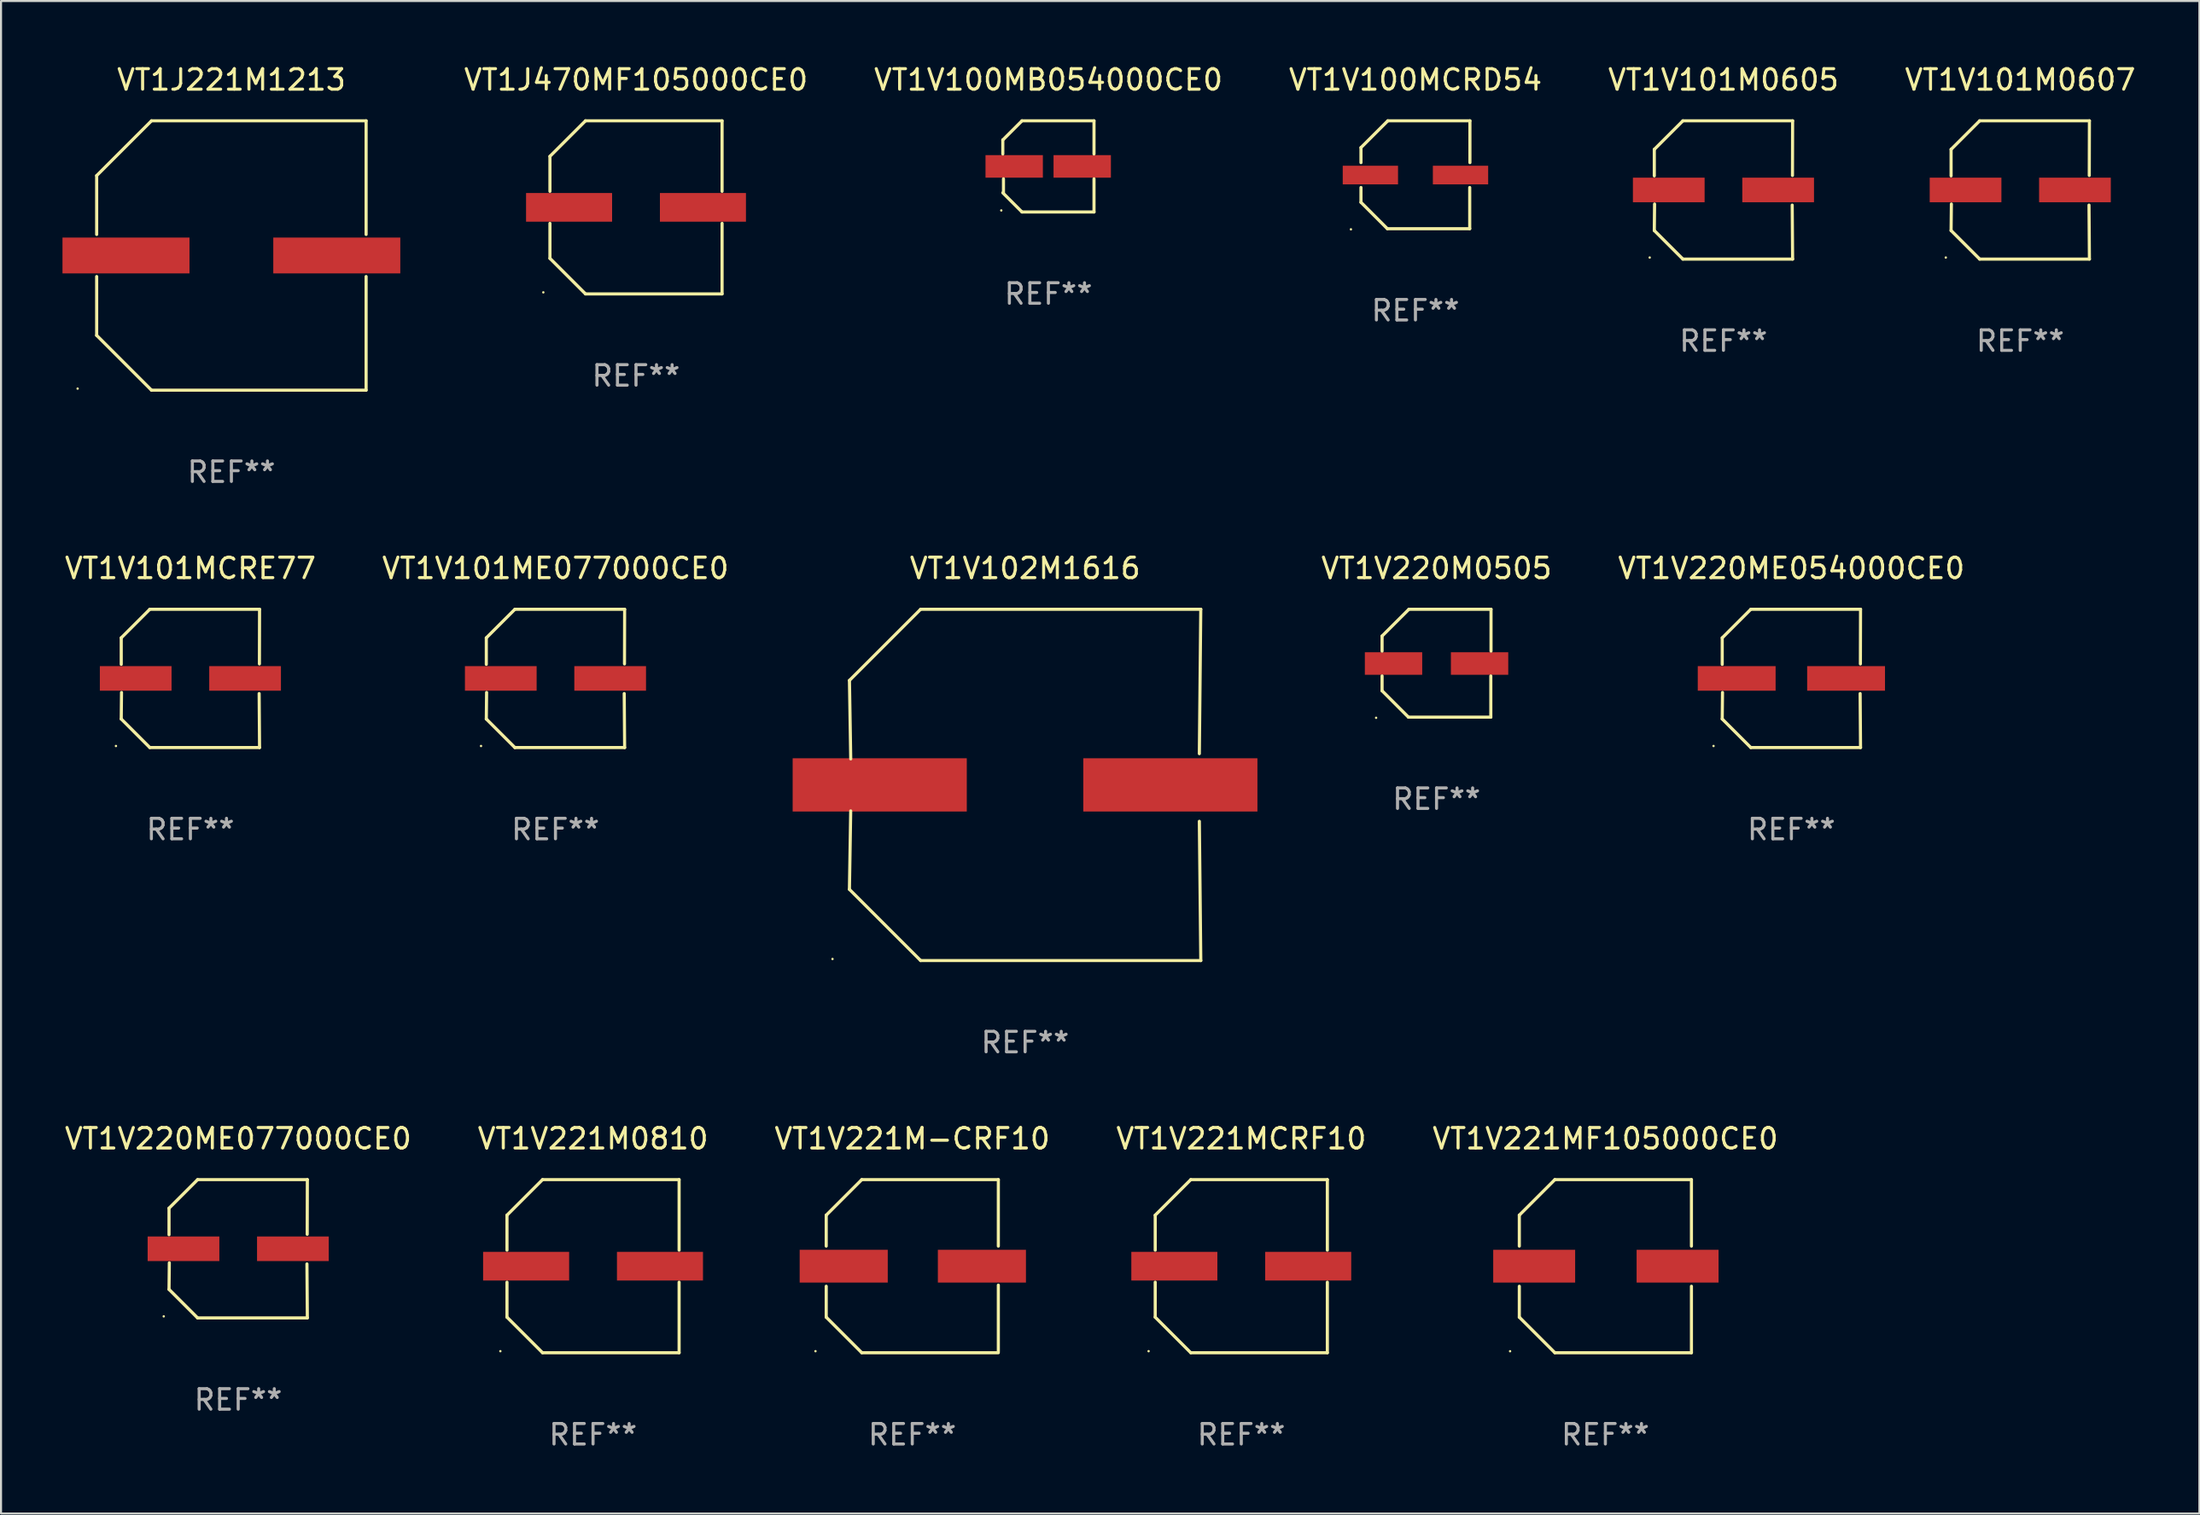
<source format=kicad_pcb>
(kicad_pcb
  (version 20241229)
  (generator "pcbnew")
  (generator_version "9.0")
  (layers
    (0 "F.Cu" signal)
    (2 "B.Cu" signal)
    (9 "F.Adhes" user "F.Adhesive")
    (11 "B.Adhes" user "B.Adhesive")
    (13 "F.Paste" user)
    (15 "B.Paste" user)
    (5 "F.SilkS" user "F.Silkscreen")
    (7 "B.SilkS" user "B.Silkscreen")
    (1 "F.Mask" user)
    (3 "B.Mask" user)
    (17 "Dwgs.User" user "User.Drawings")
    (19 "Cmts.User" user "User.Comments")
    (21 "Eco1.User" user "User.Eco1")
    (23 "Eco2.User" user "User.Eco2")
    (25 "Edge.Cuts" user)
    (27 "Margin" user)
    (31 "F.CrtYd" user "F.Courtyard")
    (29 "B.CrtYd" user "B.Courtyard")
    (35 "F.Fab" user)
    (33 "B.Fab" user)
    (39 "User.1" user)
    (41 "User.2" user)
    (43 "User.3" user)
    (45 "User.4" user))
  (footprint "VT1V220ME054000CE0"
    (layer "F.Cu")
    (at 84.395 30.073)
    (property "Reference" "VT1V220ME054000CE0" (at 0 -5.376 0) (layer "F.SilkS") (effects (font (size 1 1) (thickness 0.15))))
    (attr through_hole)
    (fp_line (start -3.376 -1.98) (end -3.376 -0.686) (stroke (width 0.152) (type solid)) (layer "F.SilkS"))
    (fp_line (start -3.376 1.981) (end -3.362 0.686) (stroke (width 0.152) (type solid)) (layer "F.SilkS"))
    (fp_line (start -1.981 3.376) (end -3.376 1.981) (stroke (width 0.152) (type solid)) (layer "F.SilkS"))
    (fp_line (start -1.98 -3.376) (end -3.376 -1.98) (stroke (width 0.152) (type solid)) (layer "F.SilkS"))
    (fp_line (start 3.356 0.74) (end 3.376 3.376) (stroke (width 0.152) (type solid)) (layer "F.SilkS"))
    (fp_line (start 3.369 -0.707) (end 3.376 -3.376) (stroke (width 0.152) (type solid)) (layer "F.SilkS"))
    (fp_line (start 3.376 3.376) (end -1.981 3.376) (stroke (width 0.152) (type solid)) (layer "F.SilkS"))
    (fp_line (start 3.376 -3.376) (end -1.98 -3.376) (stroke (width 0.152) (type solid)) (layer "F.SilkS"))
    (fp_circle (center -3.8 3.3) (end -3.77 3.3) (stroke (width 0.06) (type solid)) (fill no) (layer "F.SilkS"))
    (fp_text user "REF**" (at 0 7.376 0) (layer "F.Fab") (effects (font (size 1 1) (thickness 0.15))))
    (pad "1" smd rect (at -2.67 0.000254) (size 3.8 1.2) (layers "F.Cu" "F.Mask" "F.Paste"))
    (pad "2" smd rect (at 2.67 0.000254) (size 3.8 1.2) (layers "F.Cu" "F.Mask" "F.Paste")))
  (footprint "VT1V221M-CRF10"
    (layer "F.Cu")
    (at 41.482 58.771)
    (property "Reference" "VT1V221M-CRF10" (at 0 -6.226 0) (layer "F.SilkS") (effects (font (size 1 1) (thickness 0.15))))
    (attr through_hole)
    (fp_line (start -4.201 -0.98) (end -4.201 -2.49) (stroke (width 0.152) (type solid)) (layer "F.SilkS"))
    (fp_line (start -4.201 2.49) (end -4.201 0.98) (stroke (width 0.152) (type solid)) (layer "F.SilkS"))
    (fp_line (start -2.465 -4.226) (end -4.201 -2.49) (stroke (width 0.152) (type solid)) (layer "F.SilkS"))
    (fp_line (start -2.465 4.226) (end -4.201 2.49) (stroke (width 0.152) (type solid)) (layer "F.SilkS"))
    (fp_line (start 4.201 -4.226) (end -2.465 -4.226) (stroke (width 0.152) (type solid)) (layer "F.SilkS"))
    (fp_line (start 4.201 -4.226) (end 4.201 -0.98) (stroke (width 0.152) (type solid)) (layer "F.SilkS"))
    (fp_line (start 4.201 0.926) (end 4.201 4.172) (stroke (width 0.152) (type solid)) (layer "F.SilkS"))
    (fp_line (start 4.201 4.226) (end -2.465 4.226) (stroke (width 0.152) (type solid)) (layer "F.SilkS"))
    (fp_circle (center -4.725 4.15) (end -4.695 4.15) (stroke (width 0.06) (type solid)) (fill no) (layer "F.SilkS"))
    (fp_text user "REF**" (at 0 8.226 0) (layer "F.Fab") (effects (font (size 1 1) (thickness 0.15))))
    (pad "1" smd rect (at -3.347 0) (size 4.3 1.6) (layers "F.Cu" "F.Mask" "F.Paste"))
    (pad "2" smd rect (at 3.399 0) (size 4.3 1.6) (layers "F.Cu" "F.Mask" "F.Paste")))
  (footprint "VT1J470MF105000CE0"
    (layer "F.Cu")
    (at 27.996 7.074)
    (property "Reference" "VT1J470MF105000CE0" (at 0 -6.226 0) (layer "F.SilkS") (effects (font (size 1 1) (thickness 0.15))))
    (attr through_hole)
    (fp_line (start -4.201 -2.49) (end -4.201 -0.782) (stroke (width 0.152) (type solid)) (layer "F.SilkS"))
    (fp_line (start -4.201 2.49) (end -4.201 0.782) (stroke (width 0.152) (type solid)) (layer "F.SilkS"))
    (fp_line (start -2.465 -4.226) (end -4.201 -2.49) (stroke (width 0.152) (type solid)) (layer "F.SilkS"))
    (fp_line (start -2.465 4.226) (end -4.201 2.49) (stroke (width 0.152) (type solid)) (layer "F.SilkS"))
    (fp_line (start 4.201 -4.226) (end -2.465 -4.226) (stroke (width 0.152) (type solid)) (layer "F.SilkS"))
    (fp_line (start 4.201 -0.782) (end 4.201 -4.226) (stroke (width 0.152) (type solid)) (layer "F.SilkS"))
    (fp_line (start 4.201 0.782) (end 4.201 4.226) (stroke (width 0.152) (type solid)) (layer "F.SilkS"))
    (fp_line (start 4.201 4.226) (end -2.465 4.226) (stroke (width 0.152) (type solid)) (layer "F.SilkS"))
    (fp_circle (center -4.524 4.15) (end -4.494 4.15) (stroke (width 0.06) (type solid)) (fill no) (layer "F.SilkS"))
    (fp_text user "REF**" (at 0 8.226 0) (layer "F.Fab") (effects (font (size 1 1) (thickness 0.15))))
    (pad "1" smd rect (at -3.267 0) (size 4.2 1.4) (layers "F.Cu" "F.Mask" "F.Paste"))
    (pad "2" smd rect (at 3.267 0) (size 4.2 1.4) (layers "F.Cu" "F.Mask" "F.Paste")))
  (footprint "VT1V102M1616"
    (layer "F.Cu")
    (at 46.99 35.273)
    (property "Reference" "VT1V102M1616" (at 0 -10.576 0) (layer "F.SilkS") (effects (font (size 1 1) (thickness 0.15))))
    (attr through_hole)
    (fp_line (start -8.576 5.099) (end -8.513 1.269) (stroke (width 0.152) (type solid)) (layer "F.SilkS"))
    (fp_line (start -8.575 -5.101) (end -8.512 -1.271) (stroke (width 0.152) (type solid)) (layer "F.SilkS"))
    (fp_line (start -5.1 -8.576) (end -8.575 -5.101) (stroke (width 0.152) (type solid)) (layer "F.SilkS"))
    (fp_line (start -5.1 8.576) (end -8.576 5.099) (stroke (width 0.152) (type solid)) (layer "F.SilkS"))
    (fp_line (start 8.505 -1.525) (end 8.575 -8.576) (stroke (width 0.152) (type solid)) (layer "F.SilkS"))
    (fp_line (start 8.505 1.777) (end 8.576 8.576) (stroke (width 0.152) (type solid)) (layer "F.SilkS"))
    (fp_line (start 8.575 -8.576) (end -5.1 -8.576) (stroke (width 0.152) (type solid)) (layer "F.SilkS"))
    (fp_line (start 8.576 8.576) (end -5.1 8.576) (stroke (width 0.152) (type solid)) (layer "F.SilkS"))
    (fp_circle (center -9.402 8.499) (end -9.372 8.499) (stroke (width 0.06) (type solid)) (fill no) (layer "F.SilkS"))
    (fp_text user "REF**" (at 0 12.576 0) (layer "F.Fab") (effects (font (size 1 1) (thickness 0.15))))
    (pad "1" smd rect (at -7.097 -0.001) (size 8.5 2.6) (layers "F.Cu" "F.Mask" "F.Paste"))
    (pad "2" smd rect (at 7.09 -0.001) (size 8.5 2.6) (layers "F.Cu" "F.Mask" "F.Paste")))
  (footprint "VT1V101MCRE77"
    (layer "F.Cu")
    (at 6.244 30.073)
    (property "Reference" "VT1V101MCRE77" (at 0 -5.376 0) (layer "F.SilkS") (effects (font (size 1 1) (thickness 0.15))))
    (attr through_hole)
    (fp_line (start -3.376 -1.98) (end -3.376 -0.686) (stroke (width 0.152) (type solid)) (layer "F.SilkS"))
    (fp_line (start -3.376 1.981) (end -3.362 0.686) (stroke (width 0.152) (type solid)) (layer "F.SilkS"))
    (fp_line (start -1.981 3.376) (end -3.376 1.981) (stroke (width 0.152) (type solid)) (layer "F.SilkS"))
    (fp_line (start -1.98 -3.376) (end -3.376 -1.98) (stroke (width 0.152) (type solid)) (layer "F.SilkS"))
    (fp_line (start 3.356 0.74) (end 3.376 3.376) (stroke (width 0.152) (type solid)) (layer "F.SilkS"))
    (fp_line (start 3.369 -0.707) (end 3.376 -3.376) (stroke (width 0.152) (type solid)) (layer "F.SilkS"))
    (fp_line (start 3.376 3.376) (end -1.981 3.376) (stroke (width 0.152) (type solid)) (layer "F.SilkS"))
    (fp_line (start 3.376 -3.376) (end -1.98 -3.376) (stroke (width 0.152) (type solid)) (layer "F.SilkS"))
    (fp_circle (center -3.634 3.3) (end -3.604 3.3) (stroke (width 0.06) (type solid)) (fill no) (layer "F.SilkS"))
    (fp_text user "REF**" (at 0 7.376 0) (layer "F.Fab") (effects (font (size 1 1) (thickness 0.15))))
    (pad "1" smd rect (at -2.67 0.000254) (size 3.5 1.2) (layers "F.Cu" "F.Mask" "F.Paste"))
    (pad "2" smd rect (at 2.67 0.000254) (size 3.5 1.2) (layers "F.Cu" "F.Mask" "F.Paste")))
  (footprint "VT1V220M0505"
    (layer "F.Cu")
    (at 67.074 29.331)
    (property "Reference" "VT1V220M0505" (at 0 -4.634 0) (layer "F.SilkS") (effects (font (size 1 1) (thickness 0.15))))
    (attr through_hole)
    (fp_line (start -2.659 -1.326) (end -2.659 -0.592) (stroke (width 0.152) (type solid)) (layer "F.SilkS"))
    (fp_line (start -2.659 1.346) (end -2.659 0.622) (stroke (width 0.152) (type solid)) (layer "F.SilkS"))
    (fp_line (start -1.372 2.634) (end -2.659 1.346) (stroke (width 0.152) (type solid)) (layer "F.SilkS"))
    (fp_line (start -1.349 -2.634) (end -2.659 -1.326) (stroke (width 0.152) (type solid)) (layer "F.SilkS"))
    (fp_line (start 2.649 0.622) (end 2.649 2.634) (stroke (width 0.152) (type solid)) (layer "F.SilkS"))
    (fp_line (start 2.649 2.634) (end -1.372 2.634) (stroke (width 0.152) (type solid)) (layer "F.SilkS"))
    (fp_line (start 2.659 -2.634) (end -1.349 -2.634) (stroke (width 0.152) (type solid)) (layer "F.SilkS"))
    (fp_line (start 2.659 -0.592) (end 2.659 -2.634) (stroke (width 0.152) (type solid)) (layer "F.SilkS"))
    (fp_circle (center -2.95 2.665) (end -2.92 2.665) (stroke (width 0.06) (type solid)) (fill no) (layer "F.SilkS"))
    (fp_text user "REF**" (at 0 6.634 0) (layer "F.Fab") (effects (font (size 1 1) (thickness 0.15))))
    (pad "1" smd rect (at -2.1 0.015) (size 2.8 1.1) (layers "F.Cu" "F.Mask" "F.Paste"))
    (pad "2" smd rect (at 2.1 0.015) (size 2.8 1.1) (layers "F.Cu" "F.Mask" "F.Paste")))
  (footprint "VT1V100MB054000CE0"
    (layer "F.Cu")
    (at 48.127 5.074)
    (property "Reference" "VT1V100MB054000CE0" (at 0 -4.226 0) (layer "F.SilkS") (effects (font (size 1 1) (thickness 0.15))))
    (attr through_hole)
    (fp_line (start -2.226 -1.29) (end -2.226 -0.607) (stroke (width 0.152) (type solid)) (layer "F.SilkS"))
    (fp_line (start -2.193 1.29) (end -2.193 0.607) (stroke (width 0.152) (type solid)) (layer "F.SilkS"))
    (fp_line (start -1.29 2.226) (end -2.226 1.29) (stroke (width 0.152) (type solid)) (layer "F.SilkS"))
    (fp_line (start -1.29 -2.226) (end -2.226 -1.29) (stroke (width 0.152) (type solid)) (layer "F.SilkS"))
    (fp_line (start 2.226 -2.226) (end -1.29 -2.226) (stroke (width 0.152) (type solid)) (layer "F.SilkS"))
    (fp_line (start 2.226 -0.607) (end 2.226 -2.226) (stroke (width 0.152) (type solid)) (layer "F.SilkS"))
    (fp_line (start 2.226 0.607) (end 2.226 2.226) (stroke (width 0.152) (type solid)) (layer "F.SilkS"))
    (fp_line (start 2.226 2.226) (end -1.29 2.226) (stroke (width 0.152) (type solid)) (layer "F.SilkS"))
    (fp_circle (center -2.3 2.15) (end -2.27 2.15) (stroke (width 0.06) (type solid)) (fill no) (layer "F.SilkS"))
    (fp_text user "REF**" (at 0 6.226 0) (layer "F.Fab") (effects (font (size 1 1) (thickness 0.15))))
    (pad "1" smd rect (at -1.67 -0.000025) (size 2.8 1.1) (layers "F.Cu" "F.Mask" "F.Paste"))
    (pad "2" smd rect (at 1.651 -0.000025) (size 2.8 1.1) (layers "F.Cu" "F.Mask" "F.Paste")))
  (footprint "VT1V101ME077000CE0"
    (layer "F.Cu")
    (at 24.065 30.073)
    (property "Reference" "VT1V101ME077000CE0" (at 0 -5.376 0) (layer "F.SilkS") (effects (font (size 1 1) (thickness 0.15))))
    (attr through_hole)
    (fp_line (start -3.376 -1.98) (end -3.376 -0.686) (stroke (width 0.152) (type solid)) (layer "F.SilkS"))
    (fp_line (start -3.376 1.981) (end -3.362 0.686) (stroke (width 0.152) (type solid)) (layer "F.SilkS"))
    (fp_line (start -1.981 3.376) (end -3.376 1.981) (stroke (width 0.152) (type solid)) (layer "F.SilkS"))
    (fp_line (start -1.98 -3.376) (end -3.376 -1.98) (stroke (width 0.152) (type solid)) (layer "F.SilkS"))
    (fp_line (start 3.356 0.74) (end 3.376 3.376) (stroke (width 0.152) (type solid)) (layer "F.SilkS"))
    (fp_line (start 3.369 -0.707) (end 3.376 -3.376) (stroke (width 0.152) (type solid)) (layer "F.SilkS"))
    (fp_line (start 3.376 3.376) (end -1.981 3.376) (stroke (width 0.152) (type solid)) (layer "F.SilkS"))
    (fp_line (start 3.376 -3.376) (end -1.98 -3.376) (stroke (width 0.152) (type solid)) (layer "F.SilkS"))
    (fp_circle (center -3.634 3.3) (end -3.604 3.3) (stroke (width 0.06) (type solid)) (fill no) (layer "F.SilkS"))
    (fp_text user "REF**" (at 0 7.376 0) (layer "F.Fab") (effects (font (size 1 1) (thickness 0.15))))
    (pad "1" smd rect (at -2.67 0.000254) (size 3.5 1.2) (layers "F.Cu" "F.Mask" "F.Paste"))
    (pad "2" smd rect (at 2.67 0.000254) (size 3.5 1.2) (layers "F.Cu" "F.Mask" "F.Paste")))
  (footprint "VT1V100MCRD54"
    (layer "F.Cu")
    (at 66.044 5.482)
    (property "Reference" "VT1V100MCRD54" (at 0 -4.634 0) (layer "F.SilkS") (effects (font (size 1 1) (thickness 0.15))))
    (attr through_hole)
    (fp_line (start -2.659 -1.326) (end -2.659 -0.592) (stroke (width 0.152) (type solid)) (layer "F.SilkS"))
    (fp_line (start -2.659 1.346) (end -2.659 0.622) (stroke (width 0.152) (type solid)) (layer "F.SilkS"))
    (fp_line (start -1.372 2.634) (end -2.659 1.346) (stroke (width 0.152) (type solid)) (layer "F.SilkS"))
    (fp_line (start -1.349 -2.634) (end -2.659 -1.326) (stroke (width 0.152) (type solid)) (layer "F.SilkS"))
    (fp_line (start 2.649 0.622) (end 2.649 2.634) (stroke (width 0.152) (type solid)) (layer "F.SilkS"))
    (fp_line (start 2.649 2.634) (end -1.372 2.634) (stroke (width 0.152) (type solid)) (layer "F.SilkS"))
    (fp_line (start 2.659 -2.634) (end -1.349 -2.634) (stroke (width 0.152) (type solid)) (layer "F.SilkS"))
    (fp_line (start 2.659 -0.592) (end 2.659 -2.634) (stroke (width 0.152) (type solid)) (layer "F.SilkS"))
    (fp_circle (center -3.15 2.665) (end -3.12 2.665) (stroke (width 0.06) (type solid)) (fill no) (layer "F.SilkS"))
    (fp_text user "REF**" (at 0 6.634 0) (layer "F.Fab") (effects (font (size 1 1) (thickness 0.15))))
    (pad "1" smd rect (at -2.2 0.015) (size 2.7 0.91) (layers "F.Cu" "F.Mask" "F.Paste"))
    (pad "2" smd rect (at 2.2 0.015) (size 2.7 0.91) (layers "F.Cu" "F.Mask" "F.Paste")))
  (footprint "VT1V221M0810"
    (layer "F.Cu")
    (at 25.899 58.771)
    (property "Reference" "VT1V221M0810" (at 0 -6.226 0) (layer "F.SilkS") (effects (font (size 1 1) (thickness 0.15))))
    (attr through_hole)
    (fp_line (start -4.201 -2.49) (end -4.201 -0.782) (stroke (width 0.152) (type solid)) (layer "F.SilkS"))
    (fp_line (start -4.201 2.49) (end -4.201 0.782) (stroke (width 0.152) (type solid)) (layer "F.SilkS"))
    (fp_line (start -2.465 -4.226) (end -4.201 -2.49) (stroke (width 0.152) (type solid)) (layer "F.SilkS"))
    (fp_line (start -2.465 4.226) (end -4.201 2.49) (stroke (width 0.152) (type solid)) (layer "F.SilkS"))
    (fp_line (start 4.201 -4.226) (end -2.465 -4.226) (stroke (width 0.152) (type solid)) (layer "F.SilkS"))
    (fp_line (start 4.201 -0.782) (end 4.201 -4.226) (stroke (width 0.152) (type solid)) (layer "F.SilkS"))
    (fp_line (start 4.201 0.782) (end 4.201 4.226) (stroke (width 0.152) (type solid)) (layer "F.SilkS"))
    (fp_line (start 4.201 4.226) (end -2.465 4.226) (stroke (width 0.152) (type solid)) (layer "F.SilkS"))
    (fp_circle (center -4.524 4.15) (end -4.494 4.15) (stroke (width 0.06) (type solid)) (fill no) (layer "F.SilkS"))
    (fp_text user "REF**" (at 0 8.226 0) (layer "F.Fab") (effects (font (size 1 1) (thickness 0.15))))
    (pad "1" smd rect (at -3.267 0) (size 4.2 1.4) (layers "F.Cu" "F.Mask" "F.Paste"))
    (pad "2" smd rect (at 3.267 0) (size 4.2 1.4) (layers "F.Cu" "F.Mask" "F.Paste")))
  (footprint "VT1V221MCRF10"
    (layer "F.Cu")
    (at 57.542 58.771)
    (property "Reference" "VT1V221MCRF10" (at 0 -6.226 0) (layer "F.SilkS") (effects (font (size 1 1) (thickness 0.15))))
    (attr through_hole)
    (fp_line (start -4.201 -2.49) (end -4.201 -0.782) (stroke (width 0.152) (type solid)) (layer "F.SilkS"))
    (fp_line (start -4.201 2.49) (end -4.201 0.782) (stroke (width 0.152) (type solid)) (layer "F.SilkS"))
    (fp_line (start -2.465 -4.226) (end -4.201 -2.49) (stroke (width 0.152) (type solid)) (layer "F.SilkS"))
    (fp_line (start -2.465 4.226) (end -4.201 2.49) (stroke (width 0.152) (type solid)) (layer "F.SilkS"))
    (fp_line (start 4.201 -4.226) (end -2.465 -4.226) (stroke (width 0.152) (type solid)) (layer "F.SilkS"))
    (fp_line (start 4.201 -0.782) (end 4.201 -4.226) (stroke (width 0.152) (type solid)) (layer "F.SilkS"))
    (fp_line (start 4.201 0.782) (end 4.201 4.226) (stroke (width 0.152) (type solid)) (layer "F.SilkS"))
    (fp_line (start 4.201 4.226) (end -2.465 4.226) (stroke (width 0.152) (type solid)) (layer "F.SilkS"))
    (fp_circle (center -4.524 4.15) (end -4.494 4.15) (stroke (width 0.06) (type solid)) (fill no) (layer "F.SilkS"))
    (fp_text user "REF**" (at 0 8.226 0) (layer "F.Fab") (effects (font (size 1 1) (thickness 0.15))))
    (pad "1" smd rect (at -3.267 0) (size 4.2 1.4) (layers "F.Cu" "F.Mask" "F.Paste"))
    (pad "2" smd rect (at 3.267 0) (size 4.2 1.4) (layers "F.Cu" "F.Mask" "F.Paste")))
  (footprint "VT1J221M1213"
    (layer "F.Cu")
    (at 8.245 9.424)
    (property "Reference" "VT1J221M1213" (at 0 -8.576 0) (layer "F.SilkS") (effects (font (size 1 1) (thickness 0.15))))
    (attr through_hole)
    (fp_line (start -6.576 -3.9) (end -6.576 -1.027) (stroke (width 0.152) (type solid)) (layer "F.SilkS"))
    (fp_line (start -6.576 3.9) (end -6.576 1.027) (stroke (width 0.152) (type solid)) (layer "F.SilkS"))
    (fp_line (start -3.9 -6.576) (end -6.576 -3.9) (stroke (width 0.152) (type solid)) (layer "F.SilkS"))
    (fp_line (start -3.9 6.576) (end -6.576 3.9) (stroke (width 0.152) (type solid)) (layer "F.SilkS"))
    (fp_line (start 6.576 -6.576) (end -3.9 -6.576) (stroke (width 0.152) (type solid)) (layer "F.SilkS"))
    (fp_line (start 6.576 -1.027) (end 6.576 -6.576) (stroke (width 0.152) (type solid)) (layer "F.SilkS"))
    (fp_line (start 6.576 1.027) (end 6.576 6.576) (stroke (width 0.152) (type solid)) (layer "F.SilkS"))
    (fp_line (start 6.576 6.576) (end -3.9 6.576) (stroke (width 0.152) (type solid)) (layer "F.SilkS"))
    (fp_circle (center -7.506 6.5) (end -7.476 6.5) (stroke (width 0.06) (type solid)) (fill no) (layer "F.SilkS"))
    (fp_text user "REF**" (at 0 10.576 0) (layer "F.Fab") (effects (font (size 1 1) (thickness 0.15))))
    (pad "1" smd rect (at -5.145 0) (size 6.2 1.75) (layers "F.Cu" "F.Mask" "F.Paste"))
    (pad "2" smd rect (at 5.145 0) (size 6.2 1.75) (layers "F.Cu" "F.Mask" "F.Paste")))
  (footprint "VT1V220ME077000CE0"
    (layer "F.Cu")
    (at 8.577 57.921)
    (property "Reference" "VT1V220ME077000CE0" (at 0 -5.376 0) (layer "F.SilkS") (effects (font (size 1 1) (thickness 0.15))))
    (attr through_hole)
    (fp_line (start -3.376 -1.98) (end -3.376 -0.686) (stroke (width 0.152) (type solid)) (layer "F.SilkS"))
    (fp_line (start -3.376 1.981) (end -3.362 0.686) (stroke (width 0.152) (type solid)) (layer "F.SilkS"))
    (fp_line (start -1.981 3.376) (end -3.376 1.981) (stroke (width 0.152) (type solid)) (layer "F.SilkS"))
    (fp_line (start -1.98 -3.376) (end -3.376 -1.98) (stroke (width 0.152) (type solid)) (layer "F.SilkS"))
    (fp_line (start 3.356 0.74) (end 3.376 3.376) (stroke (width 0.152) (type solid)) (layer "F.SilkS"))
    (fp_line (start 3.369 -0.707) (end 3.376 -3.376) (stroke (width 0.152) (type solid)) (layer "F.SilkS"))
    (fp_line (start 3.376 3.376) (end -1.981 3.376) (stroke (width 0.152) (type solid)) (layer "F.SilkS"))
    (fp_line (start 3.376 -3.376) (end -1.98 -3.376) (stroke (width 0.152) (type solid)) (layer "F.SilkS"))
    (fp_circle (center -3.634 3.3) (end -3.604 3.3) (stroke (width 0.06) (type solid)) (fill no) (layer "F.SilkS"))
    (fp_text user "REF**" (at 0 7.376 0) (layer "F.Fab") (effects (font (size 1 1) (thickness 0.15))))
    (pad "1" smd rect (at -2.67 0.000254) (size 3.5 1.2) (layers "F.Cu" "F.Mask" "F.Paste"))
    (pad "2" smd rect (at 2.67 0.000254) (size 3.5 1.2) (layers "F.Cu" "F.Mask" "F.Paste")))
  (footprint "VT1V221MF105000CE0"
    (layer "F.Cu")
    (at 75.315 58.771)
    (property "Reference" "VT1V221MF105000CE0" (at 0 -6.226 0) (layer "F.SilkS") (effects (font (size 1 1) (thickness 0.15))))
    (attr through_hole)
    (fp_line (start -4.201 -0.98) (end -4.201 -2.49) (stroke (width 0.152) (type solid)) (layer "F.SilkS"))
    (fp_line (start -4.201 2.49) (end -4.201 0.98) (stroke (width 0.152) (type solid)) (layer "F.SilkS"))
    (fp_line (start -2.465 -4.226) (end -4.201 -2.49) (stroke (width 0.152) (type solid)) (layer "F.SilkS"))
    (fp_line (start -2.465 4.226) (end -4.201 2.49) (stroke (width 0.152) (type solid)) (layer "F.SilkS"))
    (fp_line (start 4.201 -4.226) (end -2.465 -4.226) (stroke (width 0.152) (type solid)) (layer "F.SilkS"))
    (fp_line (start 4.201 -4.226) (end 4.201 -0.98) (stroke (width 0.152) (type solid)) (layer "F.SilkS"))
    (fp_line (start 4.201 0.98) (end 4.201 4.226) (stroke (width 0.152) (type solid)) (layer "F.SilkS"))
    (fp_line (start 4.201 4.226) (end -2.465 4.226) (stroke (width 0.152) (type solid)) (layer "F.SilkS"))
    (fp_circle (center -4.651 4.152) (end -4.621 4.152) (stroke (width 0.06) (type solid)) (fill no) (layer "F.SilkS"))
    (fp_text user "REF**" (at 0 8.226 0) (layer "F.Fab") (effects (font (size 1 1) (thickness 0.15))))
    (pad "1" smd rect (at -3.475 0.000076) (size 4 1.6) (layers "F.Cu" "F.Mask" "F.Paste"))
    (pad "2" smd rect (at 3.525 0.000076) (size 4 1.6) (layers "F.Cu" "F.Mask" "F.Paste")))
  (footprint "VT1V101M0605"
    (layer "F.Cu")
    (at 81.079 6.224)
    (property "Reference" "VT1V101M0605" (at 0 -5.376 0) (layer "F.SilkS") (effects (font (size 1 1) (thickness 0.15))))
    (attr through_hole)
    (fp_line (start -3.376 -1.98) (end -3.376 -0.686) (stroke (width 0.152) (type solid)) (layer "F.SilkS"))
    (fp_line (start -3.376 1.981) (end -3.362 0.686) (stroke (width 0.152) (type solid)) (layer "F.SilkS"))
    (fp_line (start -1.981 3.376) (end -3.376 1.981) (stroke (width 0.152) (type solid)) (layer "F.SilkS"))
    (fp_line (start -1.98 -3.376) (end -3.376 -1.98) (stroke (width 0.152) (type solid)) (layer "F.SilkS"))
    (fp_line (start 3.356 0.74) (end 3.376 3.376) (stroke (width 0.152) (type solid)) (layer "F.SilkS"))
    (fp_line (start 3.369 -0.707) (end 3.376 -3.376) (stroke (width 0.152) (type solid)) (layer "F.SilkS"))
    (fp_line (start 3.376 3.376) (end -1.981 3.376) (stroke (width 0.152) (type solid)) (layer "F.SilkS"))
    (fp_line (start 3.376 -3.376) (end -1.98 -3.376) (stroke (width 0.152) (type solid)) (layer "F.SilkS"))
    (fp_circle (center -3.6 3.3) (end -3.57 3.3) (stroke (width 0.06) (type solid)) (fill no) (layer "F.SilkS"))
    (fp_text user "REF**" (at 0 7.376 0) (layer "F.Fab") (effects (font (size 1 1) (thickness 0.15))))
    (pad "1" smd rect (at -2.67 0.000381) (size 3.5 1.2) (layers "F.Cu" "F.Mask" "F.Paste"))
    (pad "2" smd rect (at 2.67 0.000381) (size 3.5 1.2) (layers "F.Cu" "F.Mask" "F.Paste")))
  (footprint "VT1V101M0607"
    (layer "F.Cu")
    (at 95.567 6.224)
    (property "Reference" "VT1V101M0607" (at 0 -5.376 0) (layer "F.SilkS") (effects (font (size 1 1) (thickness 0.15))))
    (attr through_hole)
    (fp_line (start -3.376 -1.98) (end -3.376 -0.686) (stroke (width 0.152) (type solid)) (layer "F.SilkS"))
    (fp_line (start -3.376 1.981) (end -3.362 0.686) (stroke (width 0.152) (type solid)) (layer "F.SilkS"))
    (fp_line (start -1.981 3.376) (end -3.376 1.981) (stroke (width 0.152) (type solid)) (layer "F.SilkS"))
    (fp_line (start -1.98 -3.376) (end -3.376 -1.98) (stroke (width 0.152) (type solid)) (layer "F.SilkS"))
    (fp_line (start 3.356 0.74) (end 3.376 3.376) (stroke (width 0.152) (type solid)) (layer "F.SilkS"))
    (fp_line (start 3.369 -0.707) (end 3.376 -3.376) (stroke (width 0.152) (type solid)) (layer "F.SilkS"))
    (fp_line (start 3.376 3.376) (end -1.981 3.376) (stroke (width 0.152) (type solid)) (layer "F.SilkS"))
    (fp_line (start 3.376 -3.376) (end -1.98 -3.376) (stroke (width 0.152) (type solid)) (layer "F.SilkS"))
    (fp_circle (center -3.634 3.3) (end -3.604 3.3) (stroke (width 0.06) (type solid)) (fill no) (layer "F.SilkS"))
    (fp_text user "REF**" (at 0 7.376 0) (layer "F.Fab") (effects (font (size 1 1) (thickness 0.15))))
    (pad "1" smd rect (at -2.67 0.000254) (size 3.5 1.2) (layers "F.Cu" "F.Mask" "F.Paste"))
    (pad "2" smd rect (at 2.67 0.000254) (size 3.5 1.2) (layers "F.Cu" "F.Mask" "F.Paste")))
  (gr_rect
    (start -3 -3)
    (end 104.312 70.846)
    (stroke (width 0.1) (type default))
    (fill no)
    (layer "Edge.Cuts")))
</source>
